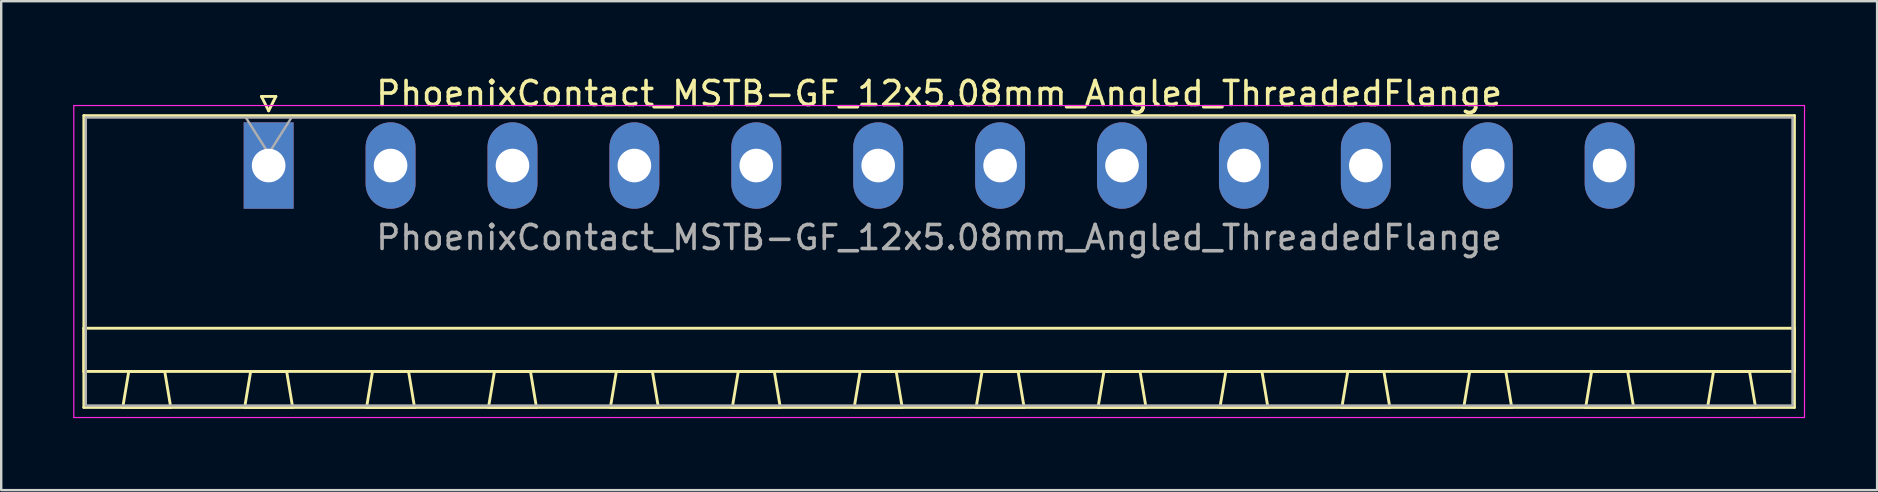
<source format=kicad_pcb>
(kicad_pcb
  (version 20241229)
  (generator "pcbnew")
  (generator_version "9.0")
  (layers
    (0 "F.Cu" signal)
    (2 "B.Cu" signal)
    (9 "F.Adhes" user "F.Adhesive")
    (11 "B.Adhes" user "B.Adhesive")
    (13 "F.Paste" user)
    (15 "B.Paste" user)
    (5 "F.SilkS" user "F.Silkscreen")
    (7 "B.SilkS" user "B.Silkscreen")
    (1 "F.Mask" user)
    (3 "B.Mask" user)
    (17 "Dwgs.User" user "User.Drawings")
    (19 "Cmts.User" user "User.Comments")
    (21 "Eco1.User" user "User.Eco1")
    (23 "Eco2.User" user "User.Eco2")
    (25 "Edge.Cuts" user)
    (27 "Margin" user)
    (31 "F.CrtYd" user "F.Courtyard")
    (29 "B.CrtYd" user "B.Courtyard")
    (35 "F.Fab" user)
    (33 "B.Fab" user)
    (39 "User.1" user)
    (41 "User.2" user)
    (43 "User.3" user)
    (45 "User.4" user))
  (footprint "PhoenixContact_MSTB-GF_12x5.08mm_Angled_ThreadedFlange"
    (layer "F.Cu")
    (at 8.145 3.848)
    (property "Reference" "PhoenixContact_MSTB-GF_12x5.08mm_Angled_ThreadedFlange" (at 27.94 -3 0) (layer "F.SilkS") (effects (font (size 1 1) (thickness 0.15))))
    (attr through_hole)
    (fp_line (start -7.7 -2.08) (end -7.7 10.08) (stroke (width 0.12) (type solid)) (layer "F.SilkS"))
    (fp_line (start -7.7 6.78) (end 63.58 6.78) (stroke (width 0.12) (type solid)) (layer "F.SilkS"))
    (fp_line (start -7.7 8.58) (end -7.7 6.78) (stroke (width 0.12) (type solid)) (layer "F.SilkS"))
    (fp_line (start -7.7 10.08) (end 63.58 10.08) (stroke (width 0.12) (type solid)) (layer "F.SilkS"))
    (fp_line (start -6.08 10.08) (end -4.08 10.08) (stroke (width 0.12) (type solid)) (layer "F.SilkS"))
    (fp_line (start -5.83 8.58) (end -6.08 10.08) (stroke (width 0.12) (type solid)) (layer "F.SilkS"))
    (fp_line (start -4.33 8.58) (end -5.83 8.58) (stroke (width 0.12) (type solid)) (layer "F.SilkS"))
    (fp_line (start -4.08 10.08) (end -4.33 8.58) (stroke (width 0.12) (type solid)) (layer "F.SilkS"))
    (fp_line (start -1 10.08) (end 1 10.08) (stroke (width 0.12) (type solid)) (layer "F.SilkS"))
    (fp_line (start -0.75 8.58) (end -1 10.08) (stroke (width 0.12) (type solid)) (layer "F.SilkS"))
    (fp_line (start -0.3 -2.88) (end 0.3 -2.88) (stroke (width 0.12) (type solid)) (layer "F.SilkS"))
    (fp_line (start 0 -2.28) (end -0.3 -2.88) (stroke (width 0.12) (type solid)) (layer "F.SilkS"))
    (fp_line (start 0.3 -2.88) (end 0 -2.28) (stroke (width 0.12) (type solid)) (layer "F.SilkS"))
    (fp_line (start 0.75 8.58) (end -0.75 8.58) (stroke (width 0.12) (type solid)) (layer "F.SilkS"))
    (fp_line (start 1 10.08) (end 0.75 8.58) (stroke (width 0.12) (type solid)) (layer "F.SilkS"))
    (fp_line (start 4.08 10.08) (end 6.08 10.08) (stroke (width 0.12) (type solid)) (layer "F.SilkS"))
    (fp_line (start 4.33 8.58) (end 4.08 10.08) (stroke (width 0.12) (type solid)) (layer "F.SilkS"))
    (fp_line (start 5.83 8.58) (end 4.33 8.58) (stroke (width 0.12) (type solid)) (layer "F.SilkS"))
    (fp_line (start 6.08 10.08) (end 5.83 8.58) (stroke (width 0.12) (type solid)) (layer "F.SilkS"))
    (fp_line (start 9.16 10.08) (end 11.16 10.08) (stroke (width 0.12) (type solid)) (layer "F.SilkS"))
    (fp_line (start 9.41 8.58) (end 9.16 10.08) (stroke (width 0.12) (type solid)) (layer "F.SilkS"))
    (fp_line (start 10.91 8.58) (end 9.41 8.58) (stroke (width 0.12) (type solid)) (layer "F.SilkS"))
    (fp_line (start 11.16 10.08) (end 10.91 8.58) (stroke (width 0.12) (type solid)) (layer "F.SilkS"))
    (fp_line (start 14.24 10.08) (end 16.24 10.08) (stroke (width 0.12) (type solid)) (layer "F.SilkS"))
    (fp_line (start 14.49 8.58) (end 14.24 10.08) (stroke (width 0.12) (type solid)) (layer "F.SilkS"))
    (fp_line (start 15.99 8.58) (end 14.49 8.58) (stroke (width 0.12) (type solid)) (layer "F.SilkS"))
    (fp_line (start 16.24 10.08) (end 15.99 8.58) (stroke (width 0.12) (type solid)) (layer "F.SilkS"))
    (fp_line (start 19.32 10.08) (end 21.32 10.08) (stroke (width 0.12) (type solid)) (layer "F.SilkS"))
    (fp_line (start 19.57 8.58) (end 19.32 10.08) (stroke (width 0.12) (type solid)) (layer "F.SilkS"))
    (fp_line (start 21.07 8.58) (end 19.57 8.58) (stroke (width 0.12) (type solid)) (layer "F.SilkS"))
    (fp_line (start 21.32 10.08) (end 21.07 8.58) (stroke (width 0.12) (type solid)) (layer "F.SilkS"))
    (fp_line (start 24.4 10.08) (end 26.4 10.08) (stroke (width 0.12) (type solid)) (layer "F.SilkS"))
    (fp_line (start 24.65 8.58) (end 24.4 10.08) (stroke (width 0.12) (type solid)) (layer "F.SilkS"))
    (fp_line (start 26.15 8.58) (end 24.65 8.58) (stroke (width 0.12) (type solid)) (layer "F.SilkS"))
    (fp_line (start 26.4 10.08) (end 26.15 8.58) (stroke (width 0.12) (type solid)) (layer "F.SilkS"))
    (fp_line (start 29.48 10.08) (end 31.48 10.08) (stroke (width 0.12) (type solid)) (layer "F.SilkS"))
    (fp_line (start 29.73 8.58) (end 29.48 10.08) (stroke (width 0.12) (type solid)) (layer "F.SilkS"))
    (fp_line (start 31.23 8.58) (end 29.73 8.58) (stroke (width 0.12) (type solid)) (layer "F.SilkS"))
    (fp_line (start 31.48 10.08) (end 31.23 8.58) (stroke (width 0.12) (type solid)) (layer "F.SilkS"))
    (fp_line (start 34.56 10.08) (end 36.56 10.08) (stroke (width 0.12) (type solid)) (layer "F.SilkS"))
    (fp_line (start 34.81 8.58) (end 34.56 10.08) (stroke (width 0.12) (type solid)) (layer "F.SilkS"))
    (fp_line (start 36.31 8.58) (end 34.81 8.58) (stroke (width 0.12) (type solid)) (layer "F.SilkS"))
    (fp_line (start 36.56 10.08) (end 36.31 8.58) (stroke (width 0.12) (type solid)) (layer "F.SilkS"))
    (fp_line (start 39.64 10.08) (end 41.64 10.08) (stroke (width 0.12) (type solid)) (layer "F.SilkS"))
    (fp_line (start 39.89 8.58) (end 39.64 10.08) (stroke (width 0.12) (type solid)) (layer "F.SilkS"))
    (fp_line (start 41.39 8.58) (end 39.89 8.58) (stroke (width 0.12) (type solid)) (layer "F.SilkS"))
    (fp_line (start 41.64 10.08) (end 41.39 8.58) (stroke (width 0.12) (type solid)) (layer "F.SilkS"))
    (fp_line (start 44.72 10.08) (end 46.72 10.08) (stroke (width 0.12) (type solid)) (layer "F.SilkS"))
    (fp_line (start 44.97 8.58) (end 44.72 10.08) (stroke (width 0.12) (type solid)) (layer "F.SilkS"))
    (fp_line (start 46.47 8.58) (end 44.97 8.58) (stroke (width 0.12) (type solid)) (layer "F.SilkS"))
    (fp_line (start 46.72 10.08) (end 46.47 8.58) (stroke (width 0.12) (type solid)) (layer "F.SilkS"))
    (fp_line (start 49.8 10.08) (end 51.8 10.08) (stroke (width 0.12) (type solid)) (layer "F.SilkS"))
    (fp_line (start 50.05 8.58) (end 49.8 10.08) (stroke (width 0.12) (type solid)) (layer "F.SilkS"))
    (fp_line (start 51.55 8.58) (end 50.05 8.58) (stroke (width 0.12) (type solid)) (layer "F.SilkS"))
    (fp_line (start 51.8 10.08) (end 51.55 8.58) (stroke (width 0.12) (type solid)) (layer "F.SilkS"))
    (fp_line (start 54.88 10.08) (end 56.88 10.08) (stroke (width 0.12) (type solid)) (layer "F.SilkS"))
    (fp_line (start 55.13 8.58) (end 54.88 10.08) (stroke (width 0.12) (type solid)) (layer "F.SilkS"))
    (fp_line (start 56.63 8.58) (end 55.13 8.58) (stroke (width 0.12) (type solid)) (layer "F.SilkS"))
    (fp_line (start 56.88 10.08) (end 56.63 8.58) (stroke (width 0.12) (type solid)) (layer "F.SilkS"))
    (fp_line (start 59.96 10.08) (end 61.96 10.08) (stroke (width 0.12) (type solid)) (layer "F.SilkS"))
    (fp_line (start 60.21 8.58) (end 59.96 10.08) (stroke (width 0.12) (type solid)) (layer "F.SilkS"))
    (fp_line (start 61.71 8.58) (end 60.21 8.58) (stroke (width 0.12) (type solid)) (layer "F.SilkS"))
    (fp_line (start 61.96 10.08) (end 61.71 8.58) (stroke (width 0.12) (type solid)) (layer "F.SilkS"))
    (fp_line (start 63.58 -2.08) (end -7.7 -2.08) (stroke (width 0.12) (type solid)) (layer "F.SilkS"))
    (fp_line (start 63.58 6.78) (end 63.58 8.58) (stroke (width 0.12) (type solid)) (layer "F.SilkS"))
    (fp_line (start 63.58 8.58) (end -7.7 8.58) (stroke (width 0.12) (type solid)) (layer "F.SilkS"))
    (fp_line (start 63.58 10.08) (end 63.58 -2.08) (stroke (width 0.12) (type solid)) (layer "F.SilkS"))
    (fp_line (start -8.12 -2.5) (end -8.12 10.5) (stroke (width 0.05) (type solid)) (layer "F.CrtYd"))
    (fp_line (start -8.12 10.5) (end 64 10.5) (stroke (width 0.05) (type solid)) (layer "F.CrtYd"))
    (fp_line (start 64 -2.5) (end -8.12 -2.5) (stroke (width 0.05) (type solid)) (layer "F.CrtYd"))
    (fp_line (start 64 10.5) (end 64 -2.5) (stroke (width 0.05) (type solid)) (layer "F.CrtYd"))
    (fp_line (start -7.62 -2) (end -7.62 10) (stroke (width 0.1) (type solid)) (layer "F.Fab"))
    (fp_line (start -7.62 10) (end 63.5 10) (stroke (width 0.1) (type solid)) (layer "F.Fab"))
    (fp_line (start 0 -0.5) (end -0.95 -2) (stroke (width 0.1) (type solid)) (layer "F.Fab"))
    (fp_line (start 0.95 -2) (end 0 -0.5) (stroke (width 0.1) (type solid)) (layer "F.Fab"))
    (fp_line (start 63.5 -2) (end -7.62 -2) (stroke (width 0.1) (type solid)) (layer "F.Fab"))
    (fp_line (start 63.5 10) (end 63.5 -2) (stroke (width 0.1) (type solid)) (layer "F.Fab"))
    (fp_text user "${REFERENCE}" (at 27.94 3 0) (layer "F.Fab") (effects (font (size 1 1) (thickness 0.15))))
    (pad "1" thru_hole rect (at 0 0) (size 2.08 3.6) (drill 1.4) (layers "*.Cu" "*.Mask"))
    (pad "2" thru_hole oval (at 5.08 0) (size 2.08 3.6) (drill 1.4) (layers "*.Cu" "*.Mask"))
    (pad "3" thru_hole oval (at 10.16 0) (size 2.08 3.6) (drill 1.4) (layers "*.Cu" "*.Mask"))
    (pad "4" thru_hole oval (at 15.24 0) (size 2.08 3.6) (drill 1.4) (layers "*.Cu" "*.Mask"))
    (pad "5" thru_hole oval (at 20.32 0) (size 2.08 3.6) (drill 1.4) (layers "*.Cu" "*.Mask"))
    (pad "6" thru_hole oval (at 25.4 0) (size 2.08 3.6) (drill 1.4) (layers "*.Cu" "*.Mask"))
    (pad "7" thru_hole oval (at 30.48 0) (size 2.08 3.6) (drill 1.4) (layers "*.Cu" "*.Mask"))
    (pad "8" thru_hole oval (at 35.56 0) (size 2.08 3.6) (drill 1.4) (layers "*.Cu" "*.Mask"))
    (pad "9" thru_hole oval (at 40.64 0) (size 2.08 3.6) (drill 1.4) (layers "*.Cu" "*.Mask"))
    (pad "10" thru_hole oval (at 45.72 0) (size 2.08 3.6) (drill 1.4) (layers "*.Cu" "*.Mask"))
    (pad "11" thru_hole oval (at 50.8 0) (size 2.08 3.6) (drill 1.4) (layers "*.Cu" "*.Mask"))
    (pad "12" thru_hole oval (at 55.88 0) (size 2.08 3.6) (drill 1.4) (layers "*.Cu" "*.Mask")))
  (gr_rect
    (start -3 -3)
    (end 75.17 17.373)
    (stroke (width 0.1) (type default))
    (fill no)
    (layer "Edge.Cuts")))
</source>
